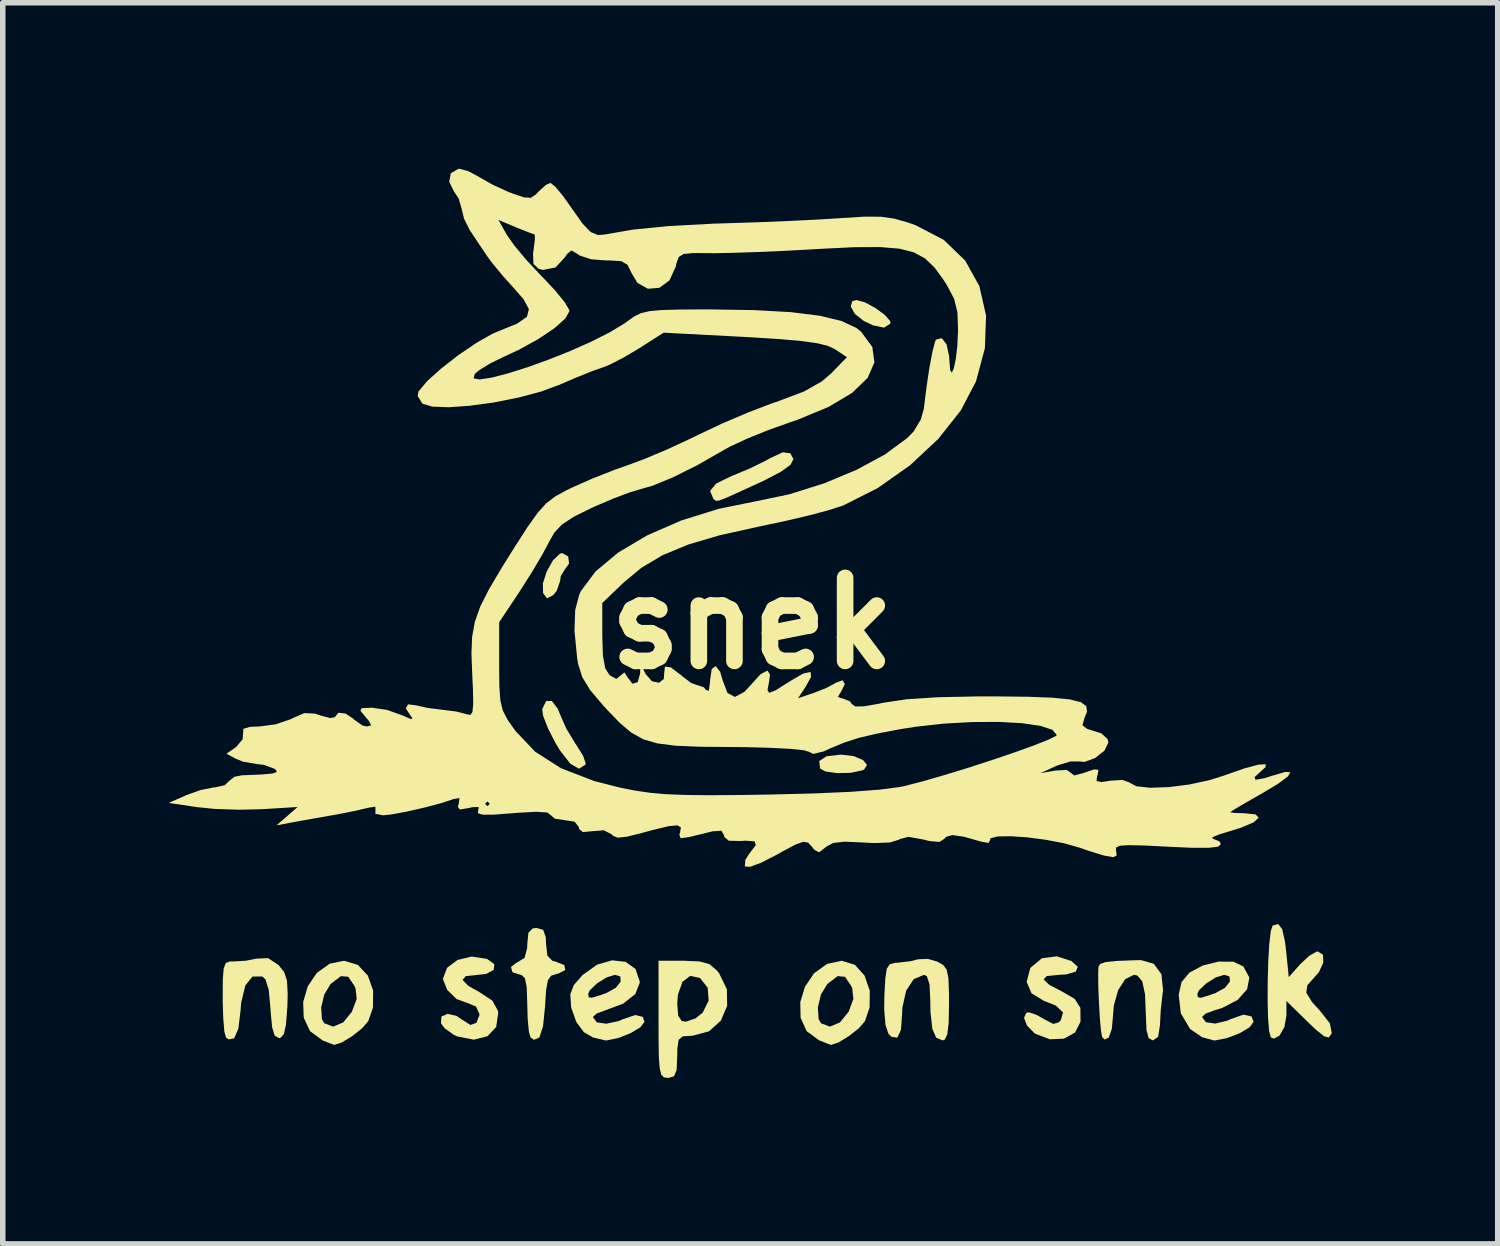
<source format=kicad_pcb>
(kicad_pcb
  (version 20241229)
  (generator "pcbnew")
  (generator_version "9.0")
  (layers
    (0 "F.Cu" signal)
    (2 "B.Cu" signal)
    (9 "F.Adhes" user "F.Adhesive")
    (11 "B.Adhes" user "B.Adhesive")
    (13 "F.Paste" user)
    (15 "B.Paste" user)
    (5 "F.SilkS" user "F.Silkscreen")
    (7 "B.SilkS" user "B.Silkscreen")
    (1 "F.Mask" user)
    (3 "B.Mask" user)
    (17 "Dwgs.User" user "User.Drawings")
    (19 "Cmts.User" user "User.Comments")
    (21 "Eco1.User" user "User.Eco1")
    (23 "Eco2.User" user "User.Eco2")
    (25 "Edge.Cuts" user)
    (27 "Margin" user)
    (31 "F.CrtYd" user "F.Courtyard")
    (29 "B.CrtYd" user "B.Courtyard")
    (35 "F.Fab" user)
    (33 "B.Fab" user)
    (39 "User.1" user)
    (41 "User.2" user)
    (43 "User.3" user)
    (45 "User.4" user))
  (footprint "snek"
    (layer "F.Cu")
    (at 10.541 8.213)
    (property "Reference" "snek" (at 0 0 0) (layer "F.SilkS") (effects (font (size 1.5 1.5) (thickness 0.3))))
    (attr board_only exclude_from_pos_files exclude_from_bom)
    (fp_poly (pts (xy 1.835 2.399) (xy 2.002 2.47) (xy 2.075 2.558) (xy 2.021 2.641) (xy 1.985 2.657) (xy 1.78 2.7) (xy 1.539 2.706) (xy 1.33 2.678) (xy 1.228 2.625) (xy 1.21 2.488) (xy 1.344 2.401) (xy 1.603 2.371)) (stroke (width 0) (type solid)) (fill yes) (layer "F.SilkS"))
    (fp_poly (pts (xy 2.037 -5.8) (xy 2.225 -5.698) (xy 2.394 -5.574) (xy 2.493 -5.462) (xy 2.497 -5.417) (xy 2.381 -5.343) (xy 2.181 -5.385) (xy 2.011 -5.467) (xy 1.853 -5.593) (xy 1.78 -5.726) (xy 1.808 -5.822) (xy 1.884 -5.842)) (stroke (width 0) (type solid)) (fill yes) (layer "F.SilkS"))
    (fp_poly (pts (xy -3.325 -1.209) (xy -3.309 -1.08) (xy -3.387 -0.974) (xy -3.459 -0.854) (xy -3.471 -0.767) (xy -3.533 -0.585) (xy -3.597 -0.509) (xy -3.709 -0.453) (xy -3.777 -0.545) (xy -3.779 -0.548) (xy -3.782 -0.722) (xy -3.712 -0.94) (xy -3.599 -1.14) (xy -3.474 -1.259) (xy -3.43 -1.27)) (stroke (width 0) (type solid)) (fill yes) (layer "F.SilkS"))
    (fp_poly (pts (xy -3.513 1.543) (xy -3.477 1.633) (xy -3.36 1.899) (xy -3.197 2.17) (xy -3.176 2.2) (xy -3.056 2.391) (xy -3.009 2.529) (xy -3.013 2.553) (xy -3.13 2.626) (xy -3.285 2.538) (xy -3.477 2.291) (xy -3.556 2.159) (xy -3.692 1.893) (xy -3.778 1.669) (xy -3.795 1.552) (xy -3.724 1.403) (xy -3.62 1.403)) (stroke (width 0) (type solid)) (fill yes) (layer "F.SilkS"))
    (fp_poly (pts (xy 0.685 -3.073) (xy 0.693 -3.066) (xy 0.744 -2.969) (xy 0.691 -2.864) (xy 0.516 -2.738) (xy 0.205 -2.576) (xy 0.023 -2.492) (xy -0.297 -2.346) (xy -0.495 -2.258) (xy -0.604 -2.218) (xy -0.657 -2.215) (xy -0.687 -2.238) (xy -0.706 -2.258) (xy -0.761 -2.393) (xy -0.652 -2.526) (xy -0.376 -2.661) (xy -0.36 -2.667) (xy -0.054 -2.794) (xy 0.237 -2.936) (xy 0.324 -2.985) (xy 0.551 -3.091)) (stroke (width 0) (type solid)) (fill yes) (layer "F.SilkS"))
    (fp_poly (pts (xy 7.255 6.15) (xy 7.394 6.34) (xy 7.423 6.63) (xy 7.415 6.689) (xy 7.381 6.986) (xy 7.367 7.26) (xy 7.334 7.471) (xy 7.239 7.535) (xy 7.162 7.493) (xy 7.123 7.345) (xy 7.112 7.077) (xy 7.097 6.699) (xy 7.047 6.467) (xy 6.957 6.362) (xy 6.896 6.35) (xy 6.74 6.427) (xy 6.611 6.628) (xy 6.533 6.907) (xy 6.519 7.084) (xy 6.497 7.328) (xy 6.441 7.484) (xy 6.366 7.519) (xy 6.322 7.473) (xy 6.302 7.366) (xy 6.282 7.143) (xy 6.265 6.859) (xy 6.253 6.568) (xy 6.251 6.323) (xy 6.256 6.207) (xy 6.284 6.155) (xy 6.38 6.121) (xy 6.572 6.1) (xy 6.893 6.087) (xy 7.023 6.084)) (stroke (width 0) (type solid)) (fill yes) (layer "F.SilkS"))
    (fp_poly (pts (xy -3.777 5.537) (xy -3.73 5.669) (xy -3.725 5.794) (xy -3.701 6.004) (xy -3.612 6.096) (xy -3.553 6.111) (xy -3.394 6.175) (xy -3.378 6.264) (xy -3.508 6.33) (xy -3.531 6.334) (xy -3.633 6.366) (xy -3.692 6.449) (xy -3.724 6.625) (xy -3.743 6.92) (xy -3.779 7.28) (xy -3.846 7.483) (xy -3.944 7.524) (xy -4.006 7.481) (xy -4.036 7.371) (xy -4.057 7.145) (xy -4.064 6.886) (xy -4.074 6.579) (xy -4.107 6.41) (xy -4.17 6.351) (xy -4.186 6.35) (xy -4.331 6.304) (xy -4.359 6.209) (xy -4.255 6.127) (xy -4.242 6.123) (xy -4.113 6.044) (xy -4.066 5.867) (xy -4.064 5.79) (xy -4.044 5.59) (xy -3.965 5.511) (xy -3.895 5.503)) (stroke (width 0) (type solid)) (fill yes) (layer "F.SilkS"))
    (fp_poly (pts (xy 3.345 6.112) (xy 3.451 6.172) (xy 3.514 6.258) (xy 3.545 6.412) (xy 3.555 6.673) (xy 3.556 6.872) (xy 3.549 7.221) (xy 3.524 7.429) (xy 3.477 7.523) (xy 3.438 7.535) (xy 3.324 7.486) (xy 3.254 7.324) (xy 3.221 7.027) (xy 3.217 6.809) (xy 3.203 6.519) (xy 3.155 6.375) (xy 3.103 6.35) (xy 2.918 6.428) (xy 2.781 6.637) (xy 2.713 6.945) (xy 2.709 7.05) (xy 2.687 7.345) (xy 2.621 7.486) (xy 2.516 7.47) (xy 2.461 7.415) (xy 2.408 7.258) (xy 2.384 6.971) (xy 2.388 6.717) (xy 2.405 6.412) (xy 2.432 6.238) (xy 2.487 6.157) (xy 2.584 6.133) (xy 2.636 6.13) (xy 2.862 6.104) (xy 2.997 6.069) (xy 3.174 6.062)) (stroke (width 0) (type solid)) (fill yes) (layer "F.SilkS"))
    (fp_poly (pts (xy 5.765 6.1) (xy 5.883 6.204) (xy 5.847 6.291) (xy 5.674 6.343) (xy 5.541 6.35) (xy 5.321 6.372) (xy 5.265 6.434) (xy 5.371 6.534) (xy 5.588 6.646) (xy 5.825 6.783) (xy 5.929 6.946) (xy 5.932 7.187) (xy 5.931 7.197) (xy 5.833 7.392) (xy 5.633 7.503) (xy 5.379 7.515) (xy 5.121 7.418) (xy 5.099 7.404) (xy 4.964 7.266) (xy 4.911 7.126) (xy 4.952 7.037) (xy 4.998 7.027) (xy 5.129 7.07) (xy 5.283 7.156) (xy 5.439 7.237) (xy 5.537 7.21) (xy 5.577 7.167) (xy 5.615 7.029) (xy 5.486 6.906) (xy 5.27 6.82) (xy 5.045 6.683) (xy 4.958 6.475) (xy 5.022 6.235) (xy 5.034 6.217) (xy 5.235 6.05) (xy 5.505 6.016)) (stroke (width 0) (type solid)) (fill yes) (layer "F.SilkS"))
    (fp_poly (pts (xy -8.561 6.171) (xy -8.555 6.177) (xy -8.456 6.301) (xy -8.406 6.456) (xy -8.393 6.693) (xy -8.399 6.925) (xy -8.423 7.243) (xy -8.462 7.422) (xy -8.526 7.49) (xy -8.551 7.493) (xy -8.627 7.45) (xy -8.674 7.3) (xy -8.701 7.016) (xy -8.704 6.96) (xy -8.736 6.62) (xy -8.796 6.43) (xy -8.853 6.379) (xy -9.03 6.382) (xy -9.158 6.542) (xy -9.233 6.85) (xy -9.246 7.007) (xy -9.285 7.326) (xy -9.36 7.498) (xy -9.463 7.516) (xy -9.509 7.481) (xy -9.537 7.374) (xy -9.557 7.143) (xy -9.567 6.834) (xy -9.567 6.76) (xy -9.565 6.429) (xy -9.549 6.232) (xy -9.512 6.137) (xy -9.442 6.108) (xy -9.377 6.109) (xy -9.145 6.095) (xy -8.961 6.058) (xy -8.748 6.048)) (stroke (width 0) (type solid)) (fill yes) (layer "F.SilkS"))
    (fp_poly (pts (xy -7.126 6.17) (xy -6.945 6.364) (xy -6.849 6.636) (xy -6.853 6.945) (xy -6.939 7.19) (xy -7.05 7.317) (xy -7.229 7.458) (xy -7.415 7.572) (xy -7.546 7.615) (xy -7.552 7.615) (xy -7.641 7.583) (xy -7.763 7.535) (xy -7.989 7.368) (xy -8.103 7.124) (xy -8.11 6.94) (xy -7.788 6.94) (xy -7.775 7.148) (xy -7.733 7.225) (xy -7.572 7.286) (xy -7.39 7.21) (xy -7.234 7.018) (xy -7.233 7.016) (xy -7.146 6.785) (xy -7.168 6.594) (xy -7.187 6.55) (xy -7.299 6.385) (xy -7.432 6.374) (xy -7.616 6.515) (xy -7.62 6.519) (xy -7.732 6.705) (xy -7.788 6.94) (xy -8.11 6.94) (xy -8.113 6.841) (xy -8.031 6.559) (xy -7.867 6.315) (xy -7.631 6.148) (xy -7.374 6.096)) (stroke (width 0) (type solid)) (fill yes) (layer "F.SilkS"))
    (fp_poly (pts (xy -4.794 6.062) (xy -4.791 6.063) (xy -4.659 6.158) (xy -4.671 6.26) (xy -4.808 6.334) (xy -4.953 6.35) (xy -5.175 6.373) (xy -5.234 6.441) (xy -5.132 6.548) (xy -4.932 6.661) (xy -4.695 6.816) (xy -4.595 6.999) (xy -4.589 7.038) (xy -4.626 7.292) (xy -4.783 7.459) (xy -5.028 7.522) (xy -5.326 7.464) (xy -5.393 7.434) (xy -5.556 7.317) (xy -5.624 7.225) (xy -5.615 7.103) (xy -5.503 7.055) (xy -5.343 7.092) (xy -5.244 7.159) (xy -5.091 7.256) (xy -4.982 7.217) (xy -4.925 7.067) (xy -4.99 6.923) (xy -5.146 6.858) (xy -5.149 6.858) (xy -5.342 6.788) (xy -5.511 6.622) (xy -5.588 6.429) (xy -5.588 6.42) (xy -5.513 6.222) (xy -5.323 6.081) (xy -5.067 6.02)) (stroke (width 0) (type solid)) (fill yes) (layer "F.SilkS"))
    (fp_poly (pts (xy 1.856 6.17) (xy 2.03 6.364) (xy 2.124 6.636) (xy 2.121 6.942) (xy 2.035 7.19) (xy 1.925 7.317) (xy 1.745 7.458) (xy 1.559 7.572) (xy 1.429 7.615) (xy 1.422 7.615) (xy 1.334 7.583) (xy 1.206 7.532) (xy 0.983 7.368) (xy 0.874 7.126) (xy 0.87 6.94) (xy 1.186 6.94) (xy 1.199 7.148) (xy 1.242 7.225) (xy 1.403 7.286) (xy 1.585 7.21) (xy 1.741 7.018) (xy 1.742 7.016) (xy 1.828 6.785) (xy 1.807 6.594) (xy 1.788 6.55) (xy 1.676 6.385) (xy 1.542 6.374) (xy 1.359 6.515) (xy 1.355 6.519) (xy 1.242 6.705) (xy 1.186 6.94) (xy 0.87 6.94) (xy 0.868 6.846) (xy 0.953 6.564) (xy 1.119 6.32) (xy 1.354 6.152) (xy 1.618 6.096)) (stroke (width 0) (type solid)) (fill yes) (layer "F.SilkS"))
    (fp_poly (pts (xy 9.576 5.527) (xy 9.627 5.756) (xy 9.65 5.953) (xy 9.694 6.392) (xy 9.9 6.16) (xy 10.065 6.005) (xy 10.202 5.929) (xy 10.218 5.927) (xy 10.313 5.987) (xy 10.318 6.131) (xy 10.239 6.303) (xy 10.16 6.392) (xy 10.029 6.539) (xy 10.011 6.673) (xy 10.112 6.839) (xy 10.256 6.997) (xy 10.437 7.228) (xy 10.47 7.401) (xy 10.465 7.417) (xy 10.417 7.482) (xy 10.332 7.46) (xy 10.181 7.338) (xy 10.03 7.194) (xy 9.652 6.823) (xy 9.652 7.084) (xy 9.616 7.291) (xy 9.529 7.446) (xy 9.424 7.504) (xy 9.369 7.478) (xy 9.339 7.366) (xy 9.32 7.13) (xy 9.312 6.812) (xy 9.314 6.454) (xy 9.324 6.098) (xy 9.343 5.785) (xy 9.37 5.557) (xy 9.404 5.458) (xy 9.505 5.434)) (stroke (width 0) (type solid)) (fill yes) (layer "F.SilkS"))
    (fp_poly (pts (xy -0.949 6.108) (xy -0.771 6.159) (xy -0.64 6.27) (xy -0.599 6.319) (xy -0.458 6.61) (xy -0.453 6.91) (xy -0.566 7.177) (xy -0.78 7.37) (xy -1.077 7.45) (xy -1.097 7.451) (xy -1.255 7.461) (xy -1.33 7.524) (xy -1.353 7.685) (xy -1.355 7.832) (xy -1.366 8.07) (xy -1.412 8.182) (xy -1.512 8.213) (xy -1.524 8.213) (xy -1.594 8.203) (xy -1.642 8.156) (xy -1.671 8.043) (xy -1.687 7.838) (xy -1.692 7.513) (xy -1.693 7.154) (xy -1.693 6.868) (xy -1.355 6.868) (xy -1.338 7.088) (xy -1.275 7.183) (xy -1.198 7.197) (xy -1.024 7.137) (xy -0.895 7.034) (xy -0.787 6.815) (xy -0.805 6.583) (xy -0.943 6.407) (xy -0.945 6.406) (xy -1.121 6.369) (xy -1.26 6.477) (xy -1.342 6.705) (xy -1.355 6.868) (xy -1.693 6.868) (xy -1.693 6.096) (xy -1.234 6.096)) (stroke (width 0) (type solid)) (fill yes) (layer "F.SilkS"))
    (fp_poly (pts (xy 8.692 6.113) (xy 8.873 6.198) (xy 8.982 6.399) (xy 8.942 6.61) (xy 8.771 6.803) (xy 8.486 6.951) (xy 8.361 6.988) (xy 8.193 7.05) (xy 8.128 7.112) (xy 8.197 7.207) (xy 8.367 7.231) (xy 8.584 7.178) (xy 8.644 7.15) (xy 8.875 7.07) (xy 9.021 7.101) (xy 9.059 7.199) (xy 8.986 7.298) (xy 8.807 7.405) (xy 8.58 7.493) (xy 8.364 7.535) (xy 8.34 7.535) (xy 8.129 7.477) (xy 7.92 7.335) (xy 7.912 7.328) (xy 7.744 7.047) (xy 7.705 6.709) (xy 7.709 6.693) (xy 8.043 6.693) (xy 8.052 6.755) (xy 8.107 6.764) (xy 8.255 6.72) (xy 8.369 6.68) (xy 8.541 6.585) (xy 8.632 6.47) (xy 8.623 6.379) (xy 8.528 6.35) (xy 8.375 6.397) (xy 8.2 6.507) (xy 8.071 6.631) (xy 8.043 6.693) (xy 7.709 6.693) (xy 7.757 6.481) (xy 7.899 6.31) (xy 8.142 6.181) (xy 8.426 6.111)) (stroke (width 0) (type solid)) (fill yes) (layer "F.SilkS"))
    (fp_poly (pts (xy -2.287 6.116) (xy -2.108 6.245) (xy -2.033 6.469) (xy -2.032 6.492) (xy -2.112 6.697) (xy -2.334 6.872) (xy -2.646 6.988) (xy -2.814 7.05) (xy -2.879 7.112) (xy -2.809 7.208) (xy -2.638 7.234) (xy -2.419 7.187) (xy -2.35 7.157) (xy -2.114 7.076) (xy -1.976 7.11) (xy -1.947 7.199) (xy -2.02 7.297) (xy -2.198 7.404) (xy -2.422 7.493) (xy -2.632 7.535) (xy -2.653 7.535) (xy -2.877 7.482) (xy -3.041 7.387) (xy -3.177 7.204) (xy -3.267 6.954) (xy -3.273 6.925) (xy -3.287 6.702) (xy -3.284 6.693) (xy -2.963 6.693) (xy -2.955 6.755) (xy -2.9 6.764) (xy -2.752 6.72) (xy -2.637 6.68) (xy -2.466 6.585) (xy -2.375 6.47) (xy -2.384 6.379) (xy -2.479 6.35) (xy -2.632 6.397) (xy -2.807 6.507) (xy -2.936 6.631) (xy -2.963 6.693) (xy -3.284 6.693) (xy -3.223 6.534) (xy -3.065 6.354) (xy -2.803 6.166) (xy -2.531 6.088)) (stroke (width 0) (type solid)) (fill yes) (layer "F.SilkS"))
    (fp_poly (pts (xy -5.122 -8.167) (xy -4.924 -8.059) (xy -4.696 -7.929) (xy -4.414 -7.799) (xy -4.349 -7.774) (xy -4.126 -7.697) (xy -3.998 -7.689) (xy -3.904 -7.754) (xy -3.863 -7.8) (xy -3.728 -7.922) (xy -3.646 -7.959) (xy -3.561 -7.893) (xy -3.418 -7.722) (xy -3.256 -7.493) (xy -3.063 -7.22) (xy -2.918 -7.07) (xy -2.788 -7.016) (xy -2.667 -7.026) (xy -2.156 -7.114) (xy -1.513 -7.178) (xy -0.723 -7.221) (xy -0.409 -7.231) (xy 0.12 -7.248) (xy 0.67 -7.271) (xy 1.181 -7.296) (xy 1.592 -7.321) (xy 1.632 -7.324) (xy 2.033 -7.349) (xy 2.325 -7.347) (xy 2.567 -7.313) (xy 2.817 -7.242) (xy 2.954 -7.193) (xy 3.462 -6.928) (xy 3.847 -6.556) (xy 4.104 -6.094) (xy 4.225 -5.561) (xy 4.204 -4.973) (xy 4.043 -4.371) (xy 3.769 -3.848) (xy 3.361 -3.332) (xy 2.85 -2.855) (xy 2.268 -2.445) (xy 1.65 -2.133) (xy 1.621 -2.122) (xy 1.385 -2.046) (xy 1.03 -1.952) (xy 0.603 -1.851) (xy 0.15 -1.755) (xy 0.125 -1.75) (xy -0.587 -1.592) (xy -1.16 -1.423) (xy -1.623 -1.23) (xy -2.004 -1.003) (xy -2.324 -0.737) (xy -2.709 -0.368) (xy -2.709 0.229) (xy -2.697 0.589) (xy -2.655 0.813) (xy -2.577 0.935) (xy -2.576 0.937) (xy -2.455 1.004) (xy -2.376 0.94) (xy -2.309 0.885) (xy -2.258 0.967) (xy -2.164 1.09) (xy -2.07 1.063) (xy -2.026 0.91) (xy -2.021 0.72) (xy -1.927 0.914) (xy -1.813 1.044) (xy -1.684 1.074) (xy -1.597 1.004) (xy -1.591 0.907) (xy -1.577 0.781) (xy -1.471 0.794) (xy -1.275 0.944) (xy -1.266 0.953) (xy -1.105 1.076) (xy -0.988 1.119) (xy -0.983 1.117) (xy -0.875 1.155) (xy -0.835 1.202) (xy -0.785 1.219) (xy -0.764 1.074) (xy -0.763 1.037) (xy -0.732 0.826) (xy -0.66 0.772) (xy -0.579 0.875) (xy -0.536 1.023) (xy -0.448 1.257) (xy -0.313 1.329) (xy -0.14 1.237) (xy -0.027 1.113) (xy 0.152 0.918) (xy 0.274 0.854) (xy 0.322 0.924) (xy 0.304 1.058) (xy 0.276 1.204) (xy 0.307 1.255) (xy 0.422 1.21) (xy 0.647 1.068) (xy 0.681 1.046) (xy 0.926 0.904) (xy 1.054 0.878) (xy 1.063 0.967) (xy 0.972 1.134) (xy 0.829 1.352) (xy 1.113 1.256) (xy 1.337 1.168) (xy 1.498 1.082) (xy 1.505 1.076) (xy 1.63 1.028) (xy 1.674 1.095) (xy 1.61 1.226) (xy 1.548 1.327) (xy 1.619 1.355) (xy 1.634 1.355) (xy 1.768 1.41) (xy 1.797 1.454) (xy 1.861 1.501) (xy 2.024 1.499) (xy 2.316 1.446) (xy 2.376 1.433) (xy 2.786 1.372) (xy 3.362 1.334) (xy 4.103 1.319) (xy 4.376 1.319) (xy 4.979 1.326) (xy 5.429 1.343) (xy 5.744 1.375) (xy 5.941 1.425) (xy 6.037 1.497) (xy 6.049 1.596) (xy 6.006 1.703) (xy 5.966 1.841) (xy 6.05 1.906) (xy 6.252 1.97) (xy 6.308 1.987) (xy 6.421 2.092) (xy 6.435 2.154) (xy 6.363 2.301) (xy 6.197 2.432) (xy 6.006 2.503) (xy 5.907 2.495) (xy 5.75 2.495) (xy 5.53 2.561) (xy 5.493 2.576) (xy 5.207 2.707) (xy 5.482 2.659) (xy 5.681 2.648) (xy 5.757 2.699) (xy 5.757 2.701) (xy 5.818 2.748) (xy 5.975 2.707) (xy 6.175 2.639) (xy 6.254 2.645) (xy 6.242 2.733) (xy 6.231 2.761) (xy 6.221 2.848) (xy 6.311 2.867) (xy 6.469 2.843) (xy 6.689 2.828) (xy 6.811 2.872) (xy 6.814 2.876) (xy 6.944 2.944) (xy 7.196 2.97) (xy 7.528 2.958) (xy 7.899 2.911) (xy 8.267 2.831) (xy 8.517 2.752) (xy 8.885 2.623) (xy 9.143 2.553) (xy 9.277 2.544) (xy 9.275 2.598) (xy 9.207 2.658) (xy 9.076 2.779) (xy 9.094 2.826) (xy 9.257 2.797) (xy 9.398 2.752) (xy 9.631 2.684) (xy 9.723 2.691) (xy 9.678 2.766) (xy 9.501 2.898) (xy 9.199 3.08) (xy 9.186 3.087) (xy 8.922 3.237) (xy 8.727 3.352) (xy 8.638 3.41) (xy 8.636 3.413) (xy 8.71 3.425) (xy 8.887 3.43) (xy 8.888 3.43) (xy 9.096 3.452) (xy 9.151 3.51) (xy 9.06 3.595) (xy 8.832 3.692) (xy 8.677 3.74) (xy 8.441 3.812) (xy 8.312 3.866) (xy 8.319 3.888) (xy 8.444 3.94) (xy 8.467 3.992) (xy 8.414 4.035) (xy 8.246 4.055) (xy 7.943 4.055) (xy 7.496 4.034) (xy 7.076 4.013) (xy 6.8 4.007) (xy 6.641 4.018) (xy 6.574 4.049) (xy 6.572 4.102) (xy 6.573 4.106) (xy 6.586 4.194) (xy 6.521 4.224) (xy 6.355 4.195) (xy 6.065 4.105) (xy 5.903 4.049) (xy 5.626 3.971) (xy 5.304 3.91) (xy 4.975 3.867) (xy 4.674 3.846) (xy 4.438 3.85) (xy 4.305 3.882) (xy 4.294 3.924) (xy 4.27 3.967) (xy 4.141 3.944) (xy 3.816 3.853) (xy 3.615 3.825) (xy 3.504 3.856) (xy 3.474 3.89) (xy 3.383 3.949) (xy 3.201 3.933) (xy 3.087 3.904) (xy 2.824 3.857) (xy 2.664 3.898) (xy 2.65 3.909) (xy 2.491 3.958) (xy 2.201 3.97) (xy 1.996 3.959) (xy 1.669 3.944) (xy 1.464 3.967) (xy 1.337 4.035) (xy 1.321 4.049) (xy 1.207 4.137) (xy 1.12 4.088) (xy 1.077 4.033) (xy 1.01 3.961) (xy 0.924 3.946) (xy 0.781 3.997) (xy 0.544 4.123) (xy 0.443 4.18) (xy 0.16 4.325) (xy -0.043 4.399) (xy -0.134 4.392) (xy -0.124 4.272) (xy -0.051 4.158) (xy 0.064 4.008) (xy 0.044 3.938) (xy -0.123 3.926) (xy -0.212 3.932) (xy -0.424 3.927) (xy -0.505 3.858) (xy -0.508 3.831) (xy -0.557 3.746) (xy -0.72 3.758) (xy -0.98 3.822) (xy -1.144 3.862) (xy -1.293 3.882) (xy -1.318 3.82) (xy -1.304 3.778) (xy -1.289 3.687) (xy -1.351 3.649) (xy -1.513 3.665) (xy -1.8 3.734) (xy -1.971 3.781) (xy -2.261 3.854) (xy -2.431 3.872) (xy -2.52 3.836) (xy -2.539 3.811) (xy -2.682 3.739) (xy -2.87 3.753) (xy -3.06 3.771) (xy -3.13 3.712) (xy -3.133 3.681) (xy -3.209 3.582) (xy -3.387 3.556) (xy -3.565 3.529) (xy -3.641 3.464) (xy -3.641 3.463) (xy -3.705 3.417) (xy -3.906 3.404) (xy -4.258 3.424) (xy -4.329 3.43) (xy -4.674 3.456) (xy -4.875 3.456) (xy -4.957 3.429) (xy -4.951 3.384) (xy -4.942 3.317) (xy -5.06 3.322) (xy -5.12 3.336) (xy -5.282 3.363) (xy -5.319 3.314) (xy -5.303 3.26) (xy -4.826 3.26) (xy -4.784 3.302) (xy -4.741 3.26) (xy -4.784 3.217) (xy -4.826 3.26) (xy -5.303 3.26) (xy -5.301 3.255) (xy -5.29 3.156) (xy -5.394 3.174) (xy -5.397 3.175) (xy -5.619 3.248) (xy -5.926 3.329) (xy -6.252 3.403) (xy -6.532 3.454) (xy -6.672 3.468) (xy -6.809 3.44) (xy -6.807 3.373) (xy -6.809 3.312) (xy -6.947 3.333) (xy -6.951 3.334) (xy -7.15 3.382) (xy -7.437 3.44) (xy -7.62 3.473) (xy -7.935 3.528) (xy -8.222 3.579) (xy -8.34 3.601) (xy -8.594 3.649) (xy -8.404 3.483) (xy -8.214 3.318) (xy -8.869 3.358) (xy -9.276 3.367) (xy -9.701 3.353) (xy -10.033 3.32) (xy -10.541 3.244) (xy -10.226 3.104) (xy -9.969 3.012) (xy -9.738 2.965) (xy -9.704 2.963) (xy -9.532 2.925) (xy -9.461 2.857) (xy -9.359 2.773) (xy -9.221 2.745) (xy -8.873 2.731) (xy -8.67 2.713) (xy -8.589 2.686) (xy -8.607 2.646) (xy -8.636 2.625) (xy -8.822 2.557) (xy -8.959 2.541) (xy -9.199 2.499) (xy -9.327 2.448) (xy -9.499 2.356) (xy -9.325 2.234) (xy -9.207 2.094) (xy -9.199 1.987) (xy -9.193 1.905) (xy -9.071 1.869) (xy -8.906 1.863) (xy -8.61 1.824) (xy -8.337 1.731) (xy -8.309 1.715) (xy -8.093 1.621) (xy -7.898 1.631) (xy -7.794 1.666) (xy -7.62 1.711) (xy -7.536 1.693) (xy -7.535 1.686) (xy -7.477 1.614) (xy -7.346 1.63) (xy -7.208 1.722) (xy -7.197 1.736) (xy -7.045 1.844) (xy -6.962 1.863) (xy -6.885 1.843) (xy -6.927 1.76) (xy -6.985 1.693) (xy -7.08 1.577) (xy -7.053 1.532) (xy -6.881 1.524) (xy -6.867 1.524) (xy -6.596 1.564) (xy -6.325 1.661) (xy -6.325 1.661) (xy -6.163 1.731) (xy -6.139 1.711) (xy -6.16 1.686) (xy -6.259 1.537) (xy -6.219 1.463) (xy -6.075 1.481) (xy -5.855 1.529) (xy -5.591 1.562) (xy -5.588 1.562) (xy -5.345 1.593) (xy -5.162 1.64) (xy -5.155 1.643) (xy -5.092 1.654) (xy -5.055 1.601) (xy -5.041 1.456) (xy -5.046 1.19) (xy -5.059 0.915) (xy -5.073 0.546) (xy -5.061 0.244) (xy -5.012 -0.026) (xy -4.915 -0.301) (xy -4.756 -0.617) (xy -4.523 -1.01) (xy -4.293 -1.378) (xy -4.058 -1.743) (xy -3.878 -1.996) (xy -3.722 -2.169) (xy -3.557 -2.295) (xy -3.352 -2.407) (xy -3.26 -2.452) (xy -2.889 -2.616) (xy -2.48 -2.777) (xy -2.244 -2.86) (xy -1.937 -2.974) (xy -1.546 -3.139) (xy -1.137 -3.328) (xy -0.964 -3.412) (xy -0.539 -3.613) (xy -0.073 -3.811) (xy 0.353 -3.974) (xy 0.481 -4.018) (xy 0.934 -4.189) (xy 1.258 -4.372) (xy 1.433 -4.523) (xy 1.711 -4.81) (xy 1.49 -4.956) (xy 1.364 -5.015) (xy 1.171 -5.062) (xy 0.886 -5.102) (xy 0.485 -5.137) (xy -0.057 -5.171) (xy -0.166 -5.177) (xy -1.601 -5.252) (xy -2.049 -4.966) (xy -2.324 -4.803) (xy -2.573 -4.675) (xy -2.709 -4.621) (xy -2.893 -4.557) (xy -3.17 -4.446) (xy -3.48 -4.312) (xy -3.481 -4.312) (xy -3.822 -4.186) (xy -4.232 -4.078) (xy -4.67 -3.991) (xy -5.1 -3.932) (xy -5.483 -3.905) (xy -5.781 -3.916) (xy -5.957 -3.969) (xy -5.961 -3.972) (xy -6.044 -4.108) (xy -6.031 -4.189) (xy -5.876 -4.374) (xy -5.818 -4.427) (xy -5.034 -4.427) (xy -4.924 -4.407) (xy -4.708 -4.44) (xy -4.412 -4.517) (xy -4.059 -4.628) (xy -3.675 -4.767) (xy -3.284 -4.923) (xy -2.91 -5.089) (xy -2.579 -5.256) (xy -2.314 -5.416) (xy -2.249 -5.463) (xy -2.131 -5.546) (xy -2.012 -5.604) (xy -1.859 -5.641) (xy -1.639 -5.661) (xy -1.32 -5.67) (xy -0.87 -5.673) (xy -0.781 -5.673) (xy 0.038 -5.66) (xy 0.702 -5.623) (xy 1.222 -5.558) (xy 1.611 -5.464) (xy 1.88 -5.339) (xy 1.968 -5.269) (xy 2.17 -4.994) (xy 2.208 -4.715) (xy 2.086 -4.437) (xy 1.808 -4.167) (xy 1.381 -3.911) (xy 0.807 -3.674) (xy 0.687 -3.634) (xy 0.289 -3.492) (xy -0.094 -3.337) (xy -0.403 -3.193) (xy -0.508 -3.135) (xy -0.989 -2.86) (xy -1.433 -2.638) (xy -1.804 -2.486) (xy -2.002 -2.43) (xy -2.207 -2.369) (xy -2.505 -2.257) (xy -2.838 -2.115) (xy -2.891 -2.091) (xy -3.223 -1.927) (xy -3.438 -1.787) (xy -3.576 -1.639) (xy -3.67 -1.473) (xy -3.796 -1.237) (xy -3.98 -0.926) (xy -4.184 -0.605) (xy -4.199 -0.581) (xy -4.572 -0.02) (xy -4.572 0.762) (xy -4.569 1.135) (xy -4.551 1.389) (xy -4.507 1.572) (xy -4.424 1.736) (xy -4.289 1.928) (xy -4.28 1.941) (xy -3.923 2.318) (xy -3.454 2.618) (xy -2.854 2.849) (xy -2.387 2.968) (xy -2.118 3.021) (xy -1.853 3.06) (xy -1.56 3.086) (xy -1.211 3.1) (xy -0.775 3.105) (xy -0.223 3.101) (xy 0.296 3.093) (xy 1.114 3.073) (xy 1.789 3.043) (xy 2.312 3.003) (xy 2.675 2.955) (xy 2.752 2.939) (xy 3.081 2.854) (xy 3.475 2.74) (xy 3.903 2.609) (xy 4.334 2.469) (xy 4.738 2.332) (xy 5.085 2.207) (xy 5.345 2.104) (xy 5.486 2.035) (xy 5.503 2.017) (xy 5.424 1.923) (xy 5.204 1.851) (xy 4.871 1.803) (xy 4.452 1.78) (xy 3.974 1.783) (xy 3.466 1.811) (xy 2.953 1.868) (xy 2.667 1.913) (xy 2.243 1.994) (xy 1.928 2.068) (xy 1.664 2.153) (xy 1.391 2.267) (xy 1.286 2.315) (xy 1.1 2.359) (xy 1.032 2.322) (xy 0.929 2.292) (xy 0.683 2.267) (xy 0.319 2.248) (xy -0.137 2.236) (xy -0.381 2.234) (xy -0.951 2.229) (xy -1.384 2.211) (xy -1.712 2.169) (xy -1.967 2.095) (xy -2.182 1.976) (xy -2.388 1.803) (xy -2.617 1.566) (xy -2.685 1.493) (xy -2.927 1.207) (xy -3.07 0.973) (xy -3.145 0.735) (xy -3.163 0.63) (xy -3.211 0.134) (xy -3.199 -0.239) (xy -3.124 -0.522) (xy -3.095 -0.584) (xy -2.829 -0.94) (xy -2.42 -1.281) (xy -1.894 -1.592) (xy -1.279 -1.86) (xy -0.6 -2.071) (xy 0.042 -2.201) (xy 0.669 -2.332) (xy 1.297 -2.529) (xy 1.886 -2.775) (xy 2.398 -3.052) (xy 2.796 -3.345) (xy 2.913 -3.462) (xy 3.046 -3.683) (xy 3.1 -3.874) (xy 3.147 -4.255) (xy 3.2 -4.611) (xy 3.255 -4.902) (xy 3.302 -5.086) (xy 3.322 -5.128) (xy 3.425 -5.154) (xy 3.511 -5.042) (xy 3.558 -4.827) (xy 3.562 -4.758) (xy 3.577 -4.573) (xy 3.606 -4.531) (xy 3.642 -4.607) (xy 3.678 -4.776) (xy 3.706 -5.013) (xy 3.719 -5.293) (xy 3.708 -5.618) (xy 3.648 -5.864) (xy 3.514 -6.117) (xy 3.45 -6.216) (xy 3.291 -6.433) (xy 3.124 -6.593) (xy 2.922 -6.703) (xy 2.66 -6.77) (xy 2.312 -6.799) (xy 1.852 -6.797) (xy 1.255 -6.768) (xy 1.12 -6.76) (xy 0.609 -6.732) (xy 0.108 -6.71) (xy -0.336 -6.695) (xy -0.676 -6.688) (xy -0.772 -6.689) (xy -1.071 -6.691) (xy -1.243 -6.673) (xy -1.328 -6.618) (xy -1.368 -6.511) (xy -1.382 -6.444) (xy -1.494 -6.198) (xy -1.676 -6.063) (xy -1.886 -6.046) (xy -2.075 -6.153) (xy -2.183 -6.335) (xy -2.254 -6.48) (xy -2.367 -6.545) (xy -2.581 -6.558) (xy -2.635 -6.557) (xy -2.908 -6.578) (xy -3.114 -6.645) (xy -3.147 -6.668) (xy -3.267 -6.739) (xy -3.35 -6.67) (xy -3.378 -6.621) (xy -3.553 -6.431) (xy -3.779 -6.386) (xy -3.861 -6.408) (xy -3.953 -6.496) (xy -3.96 -6.684) (xy -3.951 -6.744) (xy -3.927 -6.933) (xy -3.929 -7.026) (xy -3.932 -7.027) (xy -4.019 -7.057) (xy -4.204 -7.13) (xy -4.273 -7.158) (xy -4.586 -7.29) (xy -4.431 -7.016) (xy -4.295 -6.823) (xy -4.079 -6.565) (xy -3.826 -6.294) (xy -3.789 -6.257) (xy -3.561 -6.015) (xy -3.39 -5.804) (xy -3.306 -5.663) (xy -3.302 -5.642) (xy -3.375 -5.51) (xy -3.571 -5.335) (xy -3.86 -5.14) (xy -4.208 -4.947) (xy -4.464 -4.828) (xy -4.728 -4.7) (xy -4.936 -4.573) (xy -5.014 -4.506) (xy -5.034 -4.427) (xy -5.818 -4.427) (xy -5.619 -4.605) (xy -5.306 -4.849) (xy -4.982 -5.069) (xy -4.695 -5.232) (xy -4.587 -5.278) (xy -4.251 -5.414) (xy -4.07 -5.539) (xy -4.035 -5.679) (xy -4.134 -5.86) (xy -4.289 -6.037) (xy -4.51 -6.283) (xy -4.707 -6.523) (xy -4.79 -6.636) (xy -4.955 -6.882) (xy -5.101 -7.101) (xy -5.207 -7.312) (xy -5.249 -7.486) (xy -5.304 -7.677) (xy -5.387 -7.801) (xy -5.475 -7.978) (xy -5.445 -8.134) (xy -5.311 -8.211) (xy -5.286 -8.213)) (stroke (width 0) (type solid)) (fill yes) (layer "F.SilkS")))
  (gr_rect
    (start -3 -3)
    (end 24.011 19.425)
    (stroke (width 0.1) (type default))
    (fill no)
    (layer "Edge.Cuts")))
</source>
